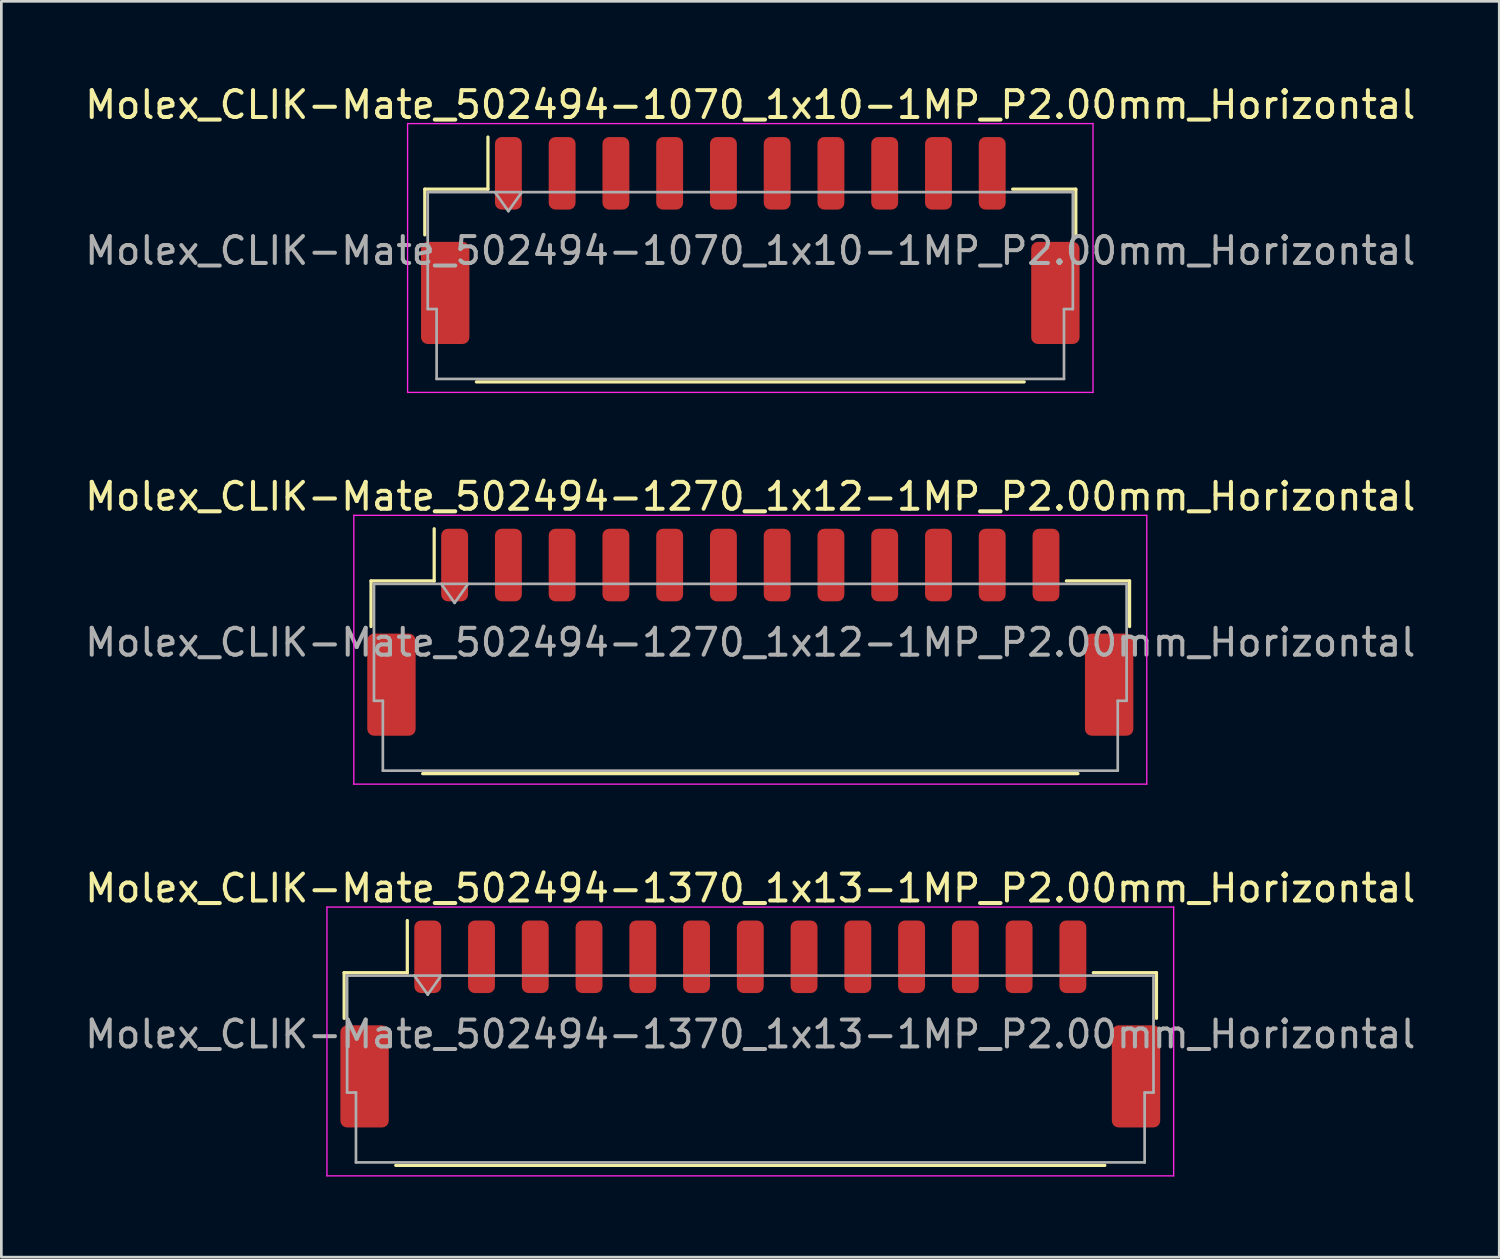
<source format=kicad_pcb>
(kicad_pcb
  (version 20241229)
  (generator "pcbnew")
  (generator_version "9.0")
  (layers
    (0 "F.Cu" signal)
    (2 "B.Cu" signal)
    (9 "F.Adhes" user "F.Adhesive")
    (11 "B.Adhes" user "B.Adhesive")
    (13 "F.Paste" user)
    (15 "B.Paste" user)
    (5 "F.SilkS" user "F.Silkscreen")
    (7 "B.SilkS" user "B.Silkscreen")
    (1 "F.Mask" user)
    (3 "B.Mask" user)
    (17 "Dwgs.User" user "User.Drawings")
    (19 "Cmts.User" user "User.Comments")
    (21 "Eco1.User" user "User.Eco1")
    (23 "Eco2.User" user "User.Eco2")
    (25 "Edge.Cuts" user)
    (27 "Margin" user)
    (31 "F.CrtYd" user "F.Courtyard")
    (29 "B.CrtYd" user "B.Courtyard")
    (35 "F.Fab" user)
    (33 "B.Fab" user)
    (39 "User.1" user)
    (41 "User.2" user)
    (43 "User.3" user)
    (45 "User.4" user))
  (footprint "Molex_CLIK-Mate_502494-1370_1x13-1MP_P2.00mm_Horizontal"
    (layer "F.Cu")
    (at 24.863 35.045)
    (property "Reference" "Molex_CLIK-Mate_502494-1370_1x13-1MP_P2.00mm_Horizontal" (at 0 -5.05 0) (layer "F.SilkS") (effects (font (size 1 1) (thickness 0.15))))
    (attr smd)
    (fp_line (start -15.11 -1.91) (end -12.76 -1.91) (stroke (width 0.12) (type solid)) (layer "F.SilkS"))
    (fp_line (start -15.11 -0.21) (end -15.11 -1.91) (stroke (width 0.12) (type solid)) (layer "F.SilkS"))
    (fp_line (start -13.19 5.26) (end 13.19 5.26) (stroke (width 0.12) (type solid)) (layer "F.SilkS"))
    (fp_line (start -12.76 -1.91) (end -12.76 -3.85) (stroke (width 0.12) (type solid)) (layer "F.SilkS"))
    (fp_line (start 15.11 -1.91) (end 12.76 -1.91) (stroke (width 0.12) (type solid)) (layer "F.SilkS"))
    (fp_line (start 15.11 -0.21) (end 15.11 -1.91) (stroke (width 0.12) (type solid)) (layer "F.SilkS"))
    (fp_line (start -15.75 -4.35) (end -15.75 5.65) (stroke (width 0.05) (type solid)) (layer "F.CrtYd"))
    (fp_line (start -15.75 5.65) (end 15.75 5.65) (stroke (width 0.05) (type solid)) (layer "F.CrtYd"))
    (fp_line (start 15.75 -4.35) (end -15.75 -4.35) (stroke (width 0.05) (type solid)) (layer "F.CrtYd"))
    (fp_line (start 15.75 5.65) (end 15.75 -4.35) (stroke (width 0.05) (type solid)) (layer "F.CrtYd"))
    (fp_line (start -15 -1.8) (end -15 2.55) (stroke (width 0.1) (type solid)) (layer "F.Fab"))
    (fp_line (start -15 -1.8) (end 15 -1.8) (stroke (width 0.1) (type solid)) (layer "F.Fab"))
    (fp_line (start -15 2.55) (end -14.67 2.55) (stroke (width 0.1) (type solid)) (layer "F.Fab"))
    (fp_line (start -14.67 2.55) (end -14.67 5.15) (stroke (width 0.1) (type solid)) (layer "F.Fab"))
    (fp_line (start -14.67 5.15) (end 14.67 5.15) (stroke (width 0.1) (type solid)) (layer "F.Fab"))
    (fp_line (start -12.5 -1.8) (end -12 -1.093) (stroke (width 0.1) (type solid)) (layer "F.Fab"))
    (fp_line (start -12 -1.093) (end -11.5 -1.8) (stroke (width 0.1) (type solid)) (layer "F.Fab"))
    (fp_line (start 14.67 2.55) (end 15 2.55) (stroke (width 0.1) (type solid)) (layer "F.Fab"))
    (fp_line (start 14.67 5.15) (end 14.67 2.55) (stroke (width 0.1) (type solid)) (layer "F.Fab"))
    (fp_line (start 15 -1.8) (end 15 2.55) (stroke (width 0.1) (type solid)) (layer "F.Fab"))
    (fp_text user "${REFERENCE}" (at 0 0.38 0) (layer "F.Fab") (effects (font (size 1 1) (thickness 0.15))))
    (pad "1" smd roundrect (at -12 -2.5) (size 1 2.7) (layers "F.Cu" "F.Mask" "F.Paste") (roundrect_rratio 0.25))
    (pad "2" smd roundrect (at -10 -2.5) (size 1 2.7) (layers "F.Cu" "F.Mask" "F.Paste") (roundrect_rratio 0.25))
    (pad "3" smd roundrect (at -8 -2.5) (size 1 2.7) (layers "F.Cu" "F.Mask" "F.Paste") (roundrect_rratio 0.25))
    (pad "4" smd roundrect (at -6 -2.5) (size 1 2.7) (layers "F.Cu" "F.Mask" "F.Paste") (roundrect_rratio 0.25))
    (pad "5" smd roundrect (at -4 -2.5) (size 1 2.7) (layers "F.Cu" "F.Mask" "F.Paste") (roundrect_rratio 0.25))
    (pad "6" smd roundrect (at -2 -2.5) (size 1 2.7) (layers "F.Cu" "F.Mask" "F.Paste") (roundrect_rratio 0.25))
    (pad "7" smd roundrect (at 0 -2.5) (size 1 2.7) (layers "F.Cu" "F.Mask" "F.Paste") (roundrect_rratio 0.25))
    (pad "8" smd roundrect (at 2 -2.5) (size 1 2.7) (layers "F.Cu" "F.Mask" "F.Paste") (roundrect_rratio 0.25))
    (pad "9" smd roundrect (at 4 -2.5) (size 1 2.7) (layers "F.Cu" "F.Mask" "F.Paste") (roundrect_rratio 0.25))
    (pad "10" smd roundrect (at 6 -2.5) (size 1 2.7) (layers "F.Cu" "F.Mask" "F.Paste") (roundrect_rratio 0.25))
    (pad "11" smd roundrect (at 8 -2.5) (size 1 2.7) (layers "F.Cu" "F.Mask" "F.Paste") (roundrect_rratio 0.25))
    (pad "12" smd roundrect (at 10 -2.5) (size 1 2.7) (layers "F.Cu" "F.Mask" "F.Paste") (roundrect_rratio 0.25))
    (pad "13" smd roundrect (at 12 -2.5) (size 1 2.7) (layers "F.Cu" "F.Mask" "F.Paste") (roundrect_rratio 0.25))
    (pad "MP" smd roundrect (at -14.35 1.95) (size 1.8 3.8) (layers "F.Cu" "F.Mask" "F.Paste") (roundrect_rratio 0.139))
    (pad "MP" smd roundrect (at 14.35 1.95) (size 1.8 3.8) (layers "F.Cu" "F.Mask" "F.Paste") (roundrect_rratio 0.139)))
  (footprint "Molex_CLIK-Mate_502494-1070_1x10-1MP_P2.00mm_Horizontal"
    (layer "F.Cu")
    (at 24.863 5.898)
    (property "Reference" "Molex_CLIK-Mate_502494-1070_1x10-1MP_P2.00mm_Horizontal" (at 0 -5.05 0) (layer "F.SilkS") (effects (font (size 1 1) (thickness 0.15))))
    (attr smd)
    (fp_line (start -12.11 -1.91) (end -9.76 -1.91) (stroke (width 0.12) (type solid)) (layer "F.SilkS"))
    (fp_line (start -12.11 -0.21) (end -12.11 -1.91) (stroke (width 0.12) (type solid)) (layer "F.SilkS"))
    (fp_line (start -10.19 5.26) (end 10.19 5.26) (stroke (width 0.12) (type solid)) (layer "F.SilkS"))
    (fp_line (start -9.76 -1.91) (end -9.76 -3.85) (stroke (width 0.12) (type solid)) (layer "F.SilkS"))
    (fp_line (start 12.11 -1.91) (end 9.76 -1.91) (stroke (width 0.12) (type solid)) (layer "F.SilkS"))
    (fp_line (start 12.11 -0.21) (end 12.11 -1.91) (stroke (width 0.12) (type solid)) (layer "F.SilkS"))
    (fp_line (start -12.75 -4.35) (end -12.75 5.65) (stroke (width 0.05) (type solid)) (layer "F.CrtYd"))
    (fp_line (start -12.75 5.65) (end 12.75 5.65) (stroke (width 0.05) (type solid)) (layer "F.CrtYd"))
    (fp_line (start 12.75 -4.35) (end -12.75 -4.35) (stroke (width 0.05) (type solid)) (layer "F.CrtYd"))
    (fp_line (start 12.75 5.65) (end 12.75 -4.35) (stroke (width 0.05) (type solid)) (layer "F.CrtYd"))
    (fp_line (start -12 -1.8) (end -12 2.55) (stroke (width 0.1) (type solid)) (layer "F.Fab"))
    (fp_line (start -12 -1.8) (end 12 -1.8) (stroke (width 0.1) (type solid)) (layer "F.Fab"))
    (fp_line (start -12 2.55) (end -11.67 2.55) (stroke (width 0.1) (type solid)) (layer "F.Fab"))
    (fp_line (start -11.67 2.55) (end -11.67 5.15) (stroke (width 0.1) (type solid)) (layer "F.Fab"))
    (fp_line (start -11.67 5.15) (end 11.67 5.15) (stroke (width 0.1) (type solid)) (layer "F.Fab"))
    (fp_line (start -9.5 -1.8) (end -9 -1.093) (stroke (width 0.1) (type solid)) (layer "F.Fab"))
    (fp_line (start -9 -1.093) (end -8.5 -1.8) (stroke (width 0.1) (type solid)) (layer "F.Fab"))
    (fp_line (start 11.67 2.55) (end 12 2.55) (stroke (width 0.1) (type solid)) (layer "F.Fab"))
    (fp_line (start 11.67 5.15) (end 11.67 2.55) (stroke (width 0.1) (type solid)) (layer "F.Fab"))
    (fp_line (start 12 -1.8) (end 12 2.55) (stroke (width 0.1) (type solid)) (layer "F.Fab"))
    (fp_text user "${REFERENCE}" (at 0 0.38 0) (layer "F.Fab") (effects (font (size 1 1) (thickness 0.15))))
    (pad "1" smd roundrect (at -9 -2.5) (size 1 2.7) (layers "F.Cu" "F.Mask" "F.Paste") (roundrect_rratio 0.25))
    (pad "2" smd roundrect (at -7 -2.5) (size 1 2.7) (layers "F.Cu" "F.Mask" "F.Paste") (roundrect_rratio 0.25))
    (pad "3" smd roundrect (at -5 -2.5) (size 1 2.7) (layers "F.Cu" "F.Mask" "F.Paste") (roundrect_rratio 0.25))
    (pad "4" smd roundrect (at -3 -2.5) (size 1 2.7) (layers "F.Cu" "F.Mask" "F.Paste") (roundrect_rratio 0.25))
    (pad "5" smd roundrect (at -1 -2.5) (size 1 2.7) (layers "F.Cu" "F.Mask" "F.Paste") (roundrect_rratio 0.25))
    (pad "6" smd roundrect (at 1 -2.5) (size 1 2.7) (layers "F.Cu" "F.Mask" "F.Paste") (roundrect_rratio 0.25))
    (pad "7" smd roundrect (at 3 -2.5) (size 1 2.7) (layers "F.Cu" "F.Mask" "F.Paste") (roundrect_rratio 0.25))
    (pad "8" smd roundrect (at 5 -2.5) (size 1 2.7) (layers "F.Cu" "F.Mask" "F.Paste") (roundrect_rratio 0.25))
    (pad "9" smd roundrect (at 7 -2.5) (size 1 2.7) (layers "F.Cu" "F.Mask" "F.Paste") (roundrect_rratio 0.25))
    (pad "10" smd roundrect (at 9 -2.5) (size 1 2.7) (layers "F.Cu" "F.Mask" "F.Paste") (roundrect_rratio 0.25))
    (pad "MP" smd roundrect (at -11.35 1.95) (size 1.8 3.8) (layers "F.Cu" "F.Mask" "F.Paste") (roundrect_rratio 0.139))
    (pad "MP" smd roundrect (at 11.35 1.95) (size 1.8 3.8) (layers "F.Cu" "F.Mask" "F.Paste") (roundrect_rratio 0.139)))
  (footprint "Molex_CLIK-Mate_502494-1270_1x12-1MP_P2.00mm_Horizontal"
    (layer "F.Cu")
    (at 24.863 20.471)
    (property "Reference" "Molex_CLIK-Mate_502494-1270_1x12-1MP_P2.00mm_Horizontal" (at 0 -5.05 0) (layer "F.SilkS") (effects (font (size 1 1) (thickness 0.15))))
    (attr smd)
    (fp_line (start -14.11 -1.91) (end -11.76 -1.91) (stroke (width 0.12) (type solid)) (layer "F.SilkS"))
    (fp_line (start -14.11 -0.21) (end -14.11 -1.91) (stroke (width 0.12) (type solid)) (layer "F.SilkS"))
    (fp_line (start -12.19 5.26) (end 12.19 5.26) (stroke (width 0.12) (type solid)) (layer "F.SilkS"))
    (fp_line (start -11.76 -1.91) (end -11.76 -3.85) (stroke (width 0.12) (type solid)) (layer "F.SilkS"))
    (fp_line (start 14.11 -1.91) (end 11.76 -1.91) (stroke (width 0.12) (type solid)) (layer "F.SilkS"))
    (fp_line (start 14.11 -0.21) (end 14.11 -1.91) (stroke (width 0.12) (type solid)) (layer "F.SilkS"))
    (fp_line (start -14.75 -4.35) (end -14.75 5.65) (stroke (width 0.05) (type solid)) (layer "F.CrtYd"))
    (fp_line (start -14.75 5.65) (end 14.75 5.65) (stroke (width 0.05) (type solid)) (layer "F.CrtYd"))
    (fp_line (start 14.75 -4.35) (end -14.75 -4.35) (stroke (width 0.05) (type solid)) (layer "F.CrtYd"))
    (fp_line (start 14.75 5.65) (end 14.75 -4.35) (stroke (width 0.05) (type solid)) (layer "F.CrtYd"))
    (fp_line (start -14 -1.8) (end -14 2.55) (stroke (width 0.1) (type solid)) (layer "F.Fab"))
    (fp_line (start -14 -1.8) (end 14 -1.8) (stroke (width 0.1) (type solid)) (layer "F.Fab"))
    (fp_line (start -14 2.55) (end -13.67 2.55) (stroke (width 0.1) (type solid)) (layer "F.Fab"))
    (fp_line (start -13.67 2.55) (end -13.67 5.15) (stroke (width 0.1) (type solid)) (layer "F.Fab"))
    (fp_line (start -13.67 5.15) (end 13.67 5.15) (stroke (width 0.1) (type solid)) (layer "F.Fab"))
    (fp_line (start -11.5 -1.8) (end -11 -1.093) (stroke (width 0.1) (type solid)) (layer "F.Fab"))
    (fp_line (start -11 -1.093) (end -10.5 -1.8) (stroke (width 0.1) (type solid)) (layer "F.Fab"))
    (fp_line (start 13.67 2.55) (end 14 2.55) (stroke (width 0.1) (type solid)) (layer "F.Fab"))
    (fp_line (start 13.67 5.15) (end 13.67 2.55) (stroke (width 0.1) (type solid)) (layer "F.Fab"))
    (fp_line (start 14 -1.8) (end 14 2.55) (stroke (width 0.1) (type solid)) (layer "F.Fab"))
    (fp_text user "${REFERENCE}" (at 0 0.38 0) (layer "F.Fab") (effects (font (size 1 1) (thickness 0.15))))
    (pad "1" smd roundrect (at -11 -2.5) (size 1 2.7) (layers "F.Cu" "F.Mask" "F.Paste") (roundrect_rratio 0.25))
    (pad "2" smd roundrect (at -9 -2.5) (size 1 2.7) (layers "F.Cu" "F.Mask" "F.Paste") (roundrect_rratio 0.25))
    (pad "3" smd roundrect (at -7 -2.5) (size 1 2.7) (layers "F.Cu" "F.Mask" "F.Paste") (roundrect_rratio 0.25))
    (pad "4" smd roundrect (at -5 -2.5) (size 1 2.7) (layers "F.Cu" "F.Mask" "F.Paste") (roundrect_rratio 0.25))
    (pad "5" smd roundrect (at -3 -2.5) (size 1 2.7) (layers "F.Cu" "F.Mask" "F.Paste") (roundrect_rratio 0.25))
    (pad "6" smd roundrect (at -1 -2.5) (size 1 2.7) (layers "F.Cu" "F.Mask" "F.Paste") (roundrect_rratio 0.25))
    (pad "7" smd roundrect (at 1 -2.5) (size 1 2.7) (layers "F.Cu" "F.Mask" "F.Paste") (roundrect_rratio 0.25))
    (pad "8" smd roundrect (at 3 -2.5) (size 1 2.7) (layers "F.Cu" "F.Mask" "F.Paste") (roundrect_rratio 0.25))
    (pad "9" smd roundrect (at 5 -2.5) (size 1 2.7) (layers "F.Cu" "F.Mask" "F.Paste") (roundrect_rratio 0.25))
    (pad "10" smd roundrect (at 7 -2.5) (size 1 2.7) (layers "F.Cu" "F.Mask" "F.Paste") (roundrect_rratio 0.25))
    (pad "11" smd roundrect (at 9 -2.5) (size 1 2.7) (layers "F.Cu" "F.Mask" "F.Paste") (roundrect_rratio 0.25))
    (pad "12" smd roundrect (at 11 -2.5) (size 1 2.7) (layers "F.Cu" "F.Mask" "F.Paste") (roundrect_rratio 0.25))
    (pad "MP" smd roundrect (at -13.35 1.95) (size 1.8 3.8) (layers "F.Cu" "F.Mask" "F.Paste") (roundrect_rratio 0.139))
    (pad "MP" smd roundrect (at 13.35 1.95) (size 1.8 3.8) (layers "F.Cu" "F.Mask" "F.Paste") (roundrect_rratio 0.139)))
  (gr_rect
    (start -3 -3)
    (end 52.726 43.72)
    (stroke (width 0.1) (type default))
    (fill no)
    (layer "Edge.Cuts")))
</source>
